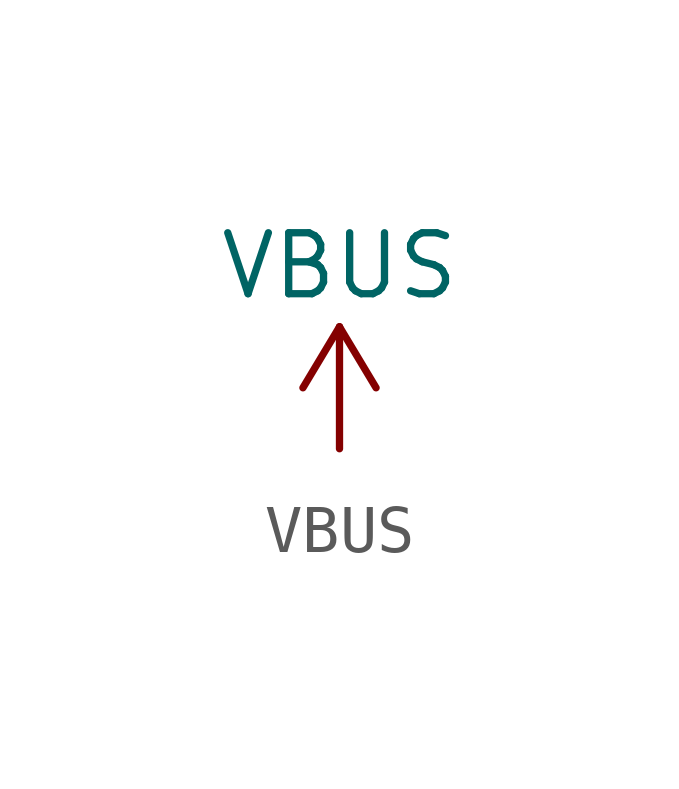
<source format=kicad_sym>
(kicad_symbol_lib
  (version 20220914)
  (generator kicad_symbol_editor)
  (symbol "VBUS"
    (power)
    (property "Reference" "U"
      (at 0 0 0)
      (effects (font (size 1.27 1.27)) hide))
    (property "Value" "VBUS"
      (at 0 3.81 0)
      (effects (font (size 1.27 1.27))))
    (symbol "VBUS_0_1"
      (polyline (pts (xy -0.762 1.27) (xy 0 2.54)) (stroke (width 0) (type default)) (fill (type none)))
      (polyline (pts (xy 0 0) (xy 0 2.54)) (stroke (width 0) (type default)) (fill (type none)))
      (polyline (pts (xy 0 2.54) (xy 0.762 1.27)) (stroke (width 0) (type default)) (fill (type none))))
    (symbol "VBUS_1_1"
      (pin power_in line (at 0 0 90) (length 0) hide (name "VBUS" (effects (font (size 1.27 1.27)))) (number "1" (effects (font (size 1.27 1.27))))))))
</source>
